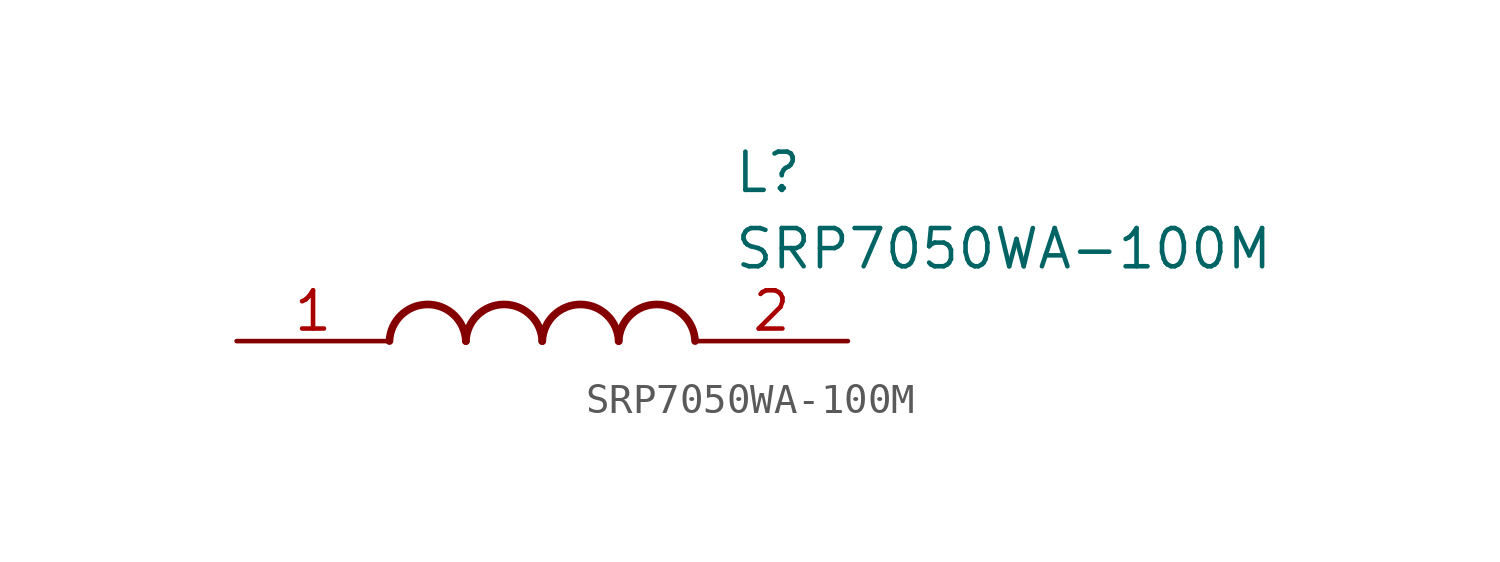
<source format=kicad_sym>
(kicad_symbol_lib
  (version 20211014)
  (generator SamacSys_ECAD_Model)
  (symbol "SRP7050WA-100M"
    (pin_names hide)
    (property "Reference" "L"
      (at 16.51 6.35 0)
      (effects (font (size 1.27 1.27)) (justify left top)))
    (property "Value" "SRP7050WA-100M"
      (at 16.51 3.81 0)
      (effects (font (size 1.27 1.27)) (justify left top)))
    (arc
      (start 7.62 0)
      (mid 6.35 1.219)
      (end 5.08 0)
      (stroke (width 0.254) (type default))
      (fill (type none)))
    (arc
      (start 10.16 0)
      (mid 8.89 1.219)
      (end 7.62 0)
      (stroke (width 0.254) (type default))
      (fill (type none)))
    (arc
      (start 12.7 0)
      (mid 11.43 1.219)
      (end 10.16 0)
      (stroke (width 0.254) (type default))
      (fill (type none)))
    (arc
      (start 15.24 0)
      (mid 13.97 1.219)
      (end 12.7 0)
      (stroke (width 0.254) (type default))
      (fill (type none)))
    (pin passive line
      (at 0 0 0)
      (length 5.08)
      (name "1" (effects (font (size 1.27 1.27))))
      (number "1" (effects (font (size 1.27 1.27)))))
    (pin passive line
      (at 20.32 0 180)
      (length 5.08)
      (name "2" (effects (font (size 1.27 1.27))))
      (number "2" (effects (font (size 1.27 1.27)))))))
</source>
